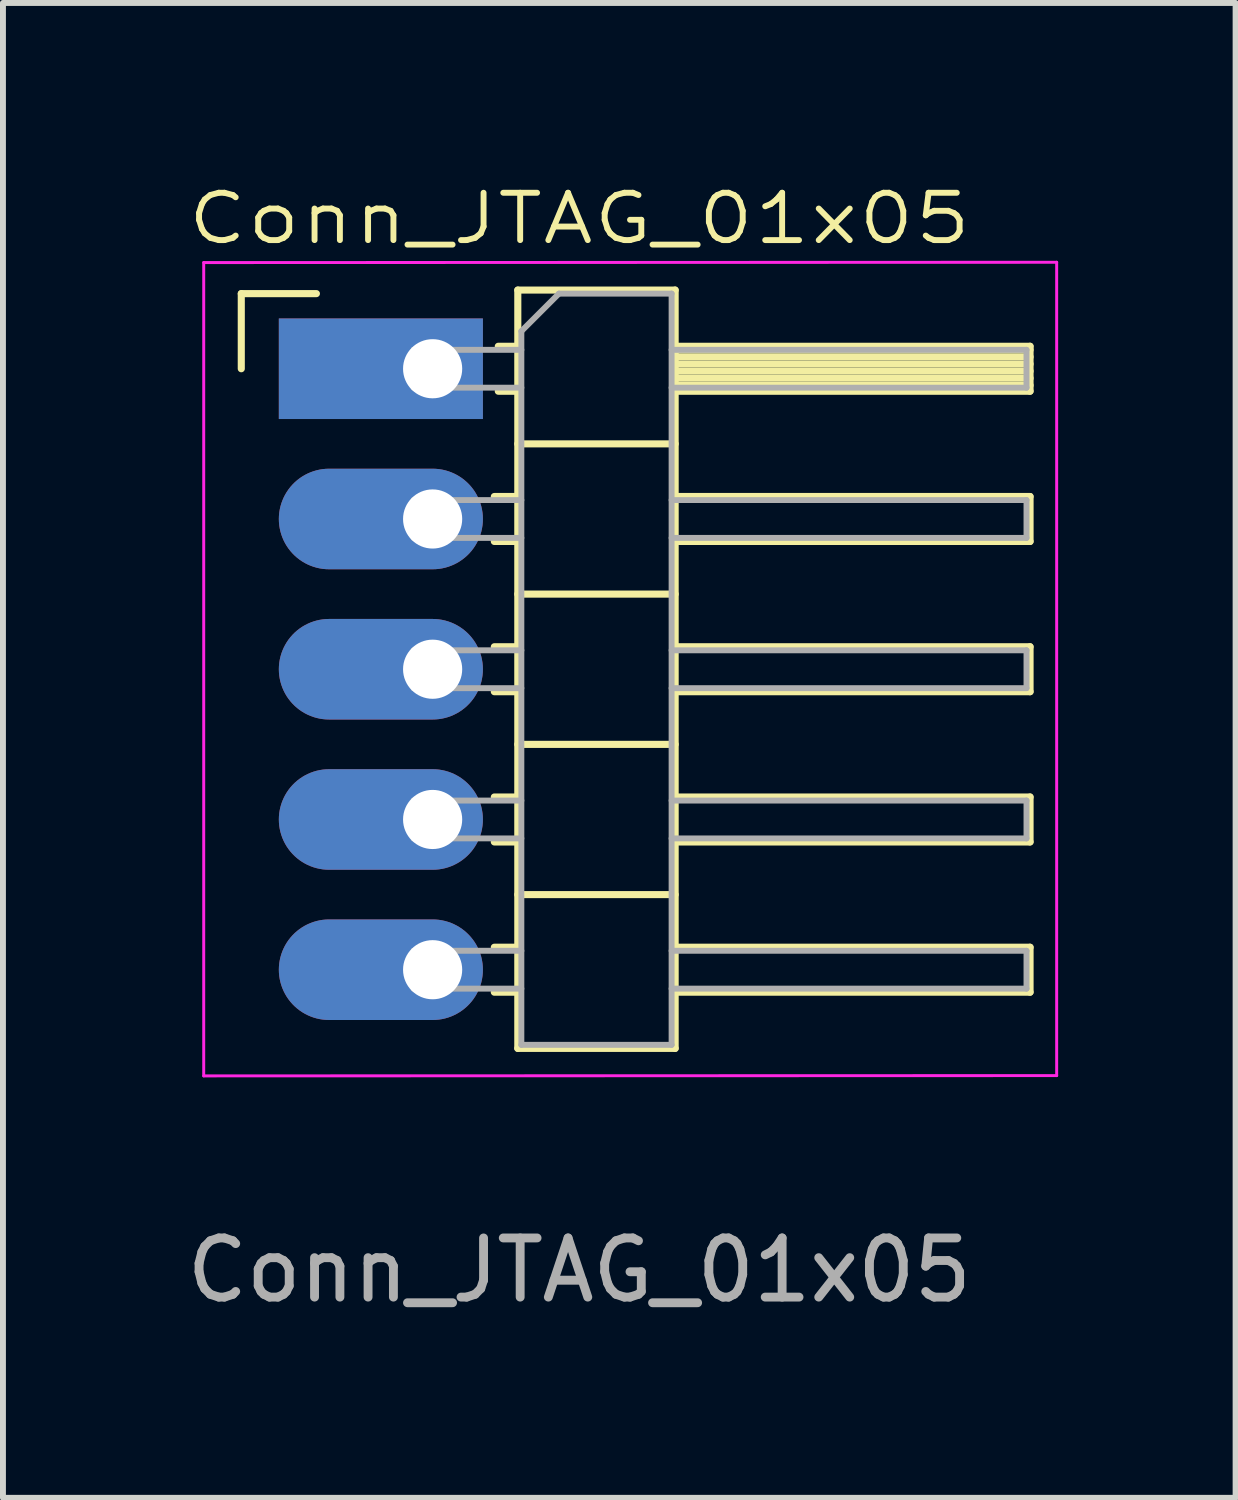
<source format=kicad_pcb>
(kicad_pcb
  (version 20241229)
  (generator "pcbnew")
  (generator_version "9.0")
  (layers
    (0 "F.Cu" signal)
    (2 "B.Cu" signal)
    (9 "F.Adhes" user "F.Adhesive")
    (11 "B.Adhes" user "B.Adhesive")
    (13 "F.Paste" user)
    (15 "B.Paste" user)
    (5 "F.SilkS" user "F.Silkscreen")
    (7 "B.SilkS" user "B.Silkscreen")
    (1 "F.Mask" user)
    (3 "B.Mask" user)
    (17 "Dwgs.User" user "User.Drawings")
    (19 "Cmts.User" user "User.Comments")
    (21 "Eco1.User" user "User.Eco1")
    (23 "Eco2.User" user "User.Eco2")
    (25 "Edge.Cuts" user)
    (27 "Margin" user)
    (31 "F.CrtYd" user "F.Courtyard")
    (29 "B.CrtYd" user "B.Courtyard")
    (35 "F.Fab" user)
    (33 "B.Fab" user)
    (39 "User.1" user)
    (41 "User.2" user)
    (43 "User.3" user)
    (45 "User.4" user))
  (footprint "Conn_JTAG_01x05"
    (layer "F.Cu")
    (at 6.744 8.264)
    (property "Reference" "Conn_JTAG_01x05" (at 0 -7.62 0) (unlocked yes) (layer "F.SilkS") (effects (font (size 0.8 1) (thickness 0.1))))
    (attr through_hole)
    (fp_line (start -5.715 -6.35) (end -4.445 -6.35) (stroke (width 0.12) (type solid)) (layer "F.SilkS"))
    (fp_line (start -5.715 -5.08) (end -5.715 -6.35) (stroke (width 0.12) (type solid)) (layer "F.SilkS"))
    (fp_line (start -1.437 -2.92) (end -1.04 -2.92) (stroke (width 0.12) (type solid)) (layer "F.SilkS"))
    (fp_line (start -1.437 -2.16) (end -1.04 -2.16) (stroke (width 0.12) (type solid)) (layer "F.SilkS"))
    (fp_line (start -1.437 -0.38) (end -1.04 -0.38) (stroke (width 0.12) (type solid)) (layer "F.SilkS"))
    (fp_line (start -1.437 0.38) (end -1.04 0.38) (stroke (width 0.12) (type solid)) (layer "F.SilkS"))
    (fp_line (start -1.437 2.16) (end -1.04 2.16) (stroke (width 0.12) (type solid)) (layer "F.SilkS"))
    (fp_line (start -1.437 2.92) (end -1.04 2.92) (stroke (width 0.12) (type solid)) (layer "F.SilkS"))
    (fp_line (start -1.437 4.7) (end -1.04 4.7) (stroke (width 0.12) (type solid)) (layer "F.SilkS"))
    (fp_line (start -1.437 5.46) (end -1.04 5.46) (stroke (width 0.12) (type solid)) (layer "F.SilkS"))
    (fp_line (start -1.37 -5.46) (end -1.04 -5.46) (stroke (width 0.12) (type solid)) (layer "F.SilkS"))
    (fp_line (start -1.37 -4.7) (end -1.04 -4.7) (stroke (width 0.12) (type solid)) (layer "F.SilkS"))
    (fp_line (start -1.04 -6.41) (end -1.04 6.41) (stroke (width 0.12) (type solid)) (layer "F.SilkS"))
    (fp_line (start -1.04 -3.81) (end 1.62 -3.81) (stroke (width 0.12) (type solid)) (layer "F.SilkS"))
    (fp_line (start -1.04 -1.27) (end 1.62 -1.27) (stroke (width 0.12) (type solid)) (layer "F.SilkS"))
    (fp_line (start -1.04 1.27) (end 1.62 1.27) (stroke (width 0.12) (type solid)) (layer "F.SilkS"))
    (fp_line (start -1.04 3.81) (end 1.62 3.81) (stroke (width 0.12) (type solid)) (layer "F.SilkS"))
    (fp_line (start -1.04 6.41) (end 1.62 6.41) (stroke (width 0.12) (type solid)) (layer "F.SilkS"))
    (fp_line (start 1.62 -6.41) (end -1.04 -6.41) (stroke (width 0.12) (type solid)) (layer "F.SilkS"))
    (fp_line (start 1.62 -5.46) (end 7.62 -5.46) (stroke (width 0.12) (type solid)) (layer "F.SilkS"))
    (fp_line (start 1.62 -5.4) (end 7.62 -5.4) (stroke (width 0.12) (type solid)) (layer "F.SilkS"))
    (fp_line (start 1.62 -5.28) (end 7.62 -5.28) (stroke (width 0.12) (type solid)) (layer "F.SilkS"))
    (fp_line (start 1.62 -5.16) (end 7.62 -5.16) (stroke (width 0.12) (type solid)) (layer "F.SilkS"))
    (fp_line (start 1.62 -5.04) (end 7.62 -5.04) (stroke (width 0.12) (type solid)) (layer "F.SilkS"))
    (fp_line (start 1.62 -4.92) (end 7.62 -4.92) (stroke (width 0.12) (type solid)) (layer "F.SilkS"))
    (fp_line (start 1.62 -4.8) (end 7.62 -4.8) (stroke (width 0.12) (type solid)) (layer "F.SilkS"))
    (fp_line (start 1.62 -2.92) (end 7.62 -2.92) (stroke (width 0.12) (type solid)) (layer "F.SilkS"))
    (fp_line (start 1.62 -0.38) (end 7.62 -0.38) (stroke (width 0.12) (type solid)) (layer "F.SilkS"))
    (fp_line (start 1.62 2.16) (end 7.62 2.16) (stroke (width 0.12) (type solid)) (layer "F.SilkS"))
    (fp_line (start 1.62 4.7) (end 7.62 4.7) (stroke (width 0.12) (type solid)) (layer "F.SilkS"))
    (fp_line (start 1.62 6.41) (end 1.62 -6.41) (stroke (width 0.12) (type solid)) (layer "F.SilkS"))
    (fp_line (start 7.62 -5.46) (end 7.62 -4.7) (stroke (width 0.12) (type solid)) (layer "F.SilkS"))
    (fp_line (start 7.62 -4.7) (end 1.62 -4.7) (stroke (width 0.12) (type solid)) (layer "F.SilkS"))
    (fp_line (start 7.62 -2.92) (end 7.62 -2.16) (stroke (width 0.12) (type solid)) (layer "F.SilkS"))
    (fp_line (start 7.62 -2.16) (end 1.62 -2.16) (stroke (width 0.12) (type solid)) (layer "F.SilkS"))
    (fp_line (start 7.62 -0.38) (end 7.62 0.38) (stroke (width 0.12) (type solid)) (layer "F.SilkS"))
    (fp_line (start 7.62 0.38) (end 1.62 0.38) (stroke (width 0.12) (type solid)) (layer "F.SilkS"))
    (fp_line (start 7.62 2.16) (end 7.62 2.92) (stroke (width 0.12) (type solid)) (layer "F.SilkS"))
    (fp_line (start 7.62 2.92) (end 1.62 2.92) (stroke (width 0.12) (type solid)) (layer "F.SilkS"))
    (fp_line (start 7.62 4.7) (end 7.62 5.46) (stroke (width 0.12) (type solid)) (layer "F.SilkS"))
    (fp_line (start 7.62 5.46) (end 1.62 5.46) (stroke (width 0.12) (type solid)) (layer "F.SilkS"))
    (fp_line (start -6.35 -6.875) (end -6.35 6.875) (stroke (width 0.05) (type solid)) (layer "F.CrtYd"))
    (fp_line (start -6.35 6.875) (end 8.07 6.87) (stroke (width 0.05) (type solid)) (layer "F.CrtYd"))
    (fp_line (start 8.07 -6.88) (end -6.35 -6.875) (stroke (width 0.05) (type solid)) (layer "F.CrtYd"))
    (fp_line (start 8.07 6.87) (end 8.07 -6.88) (stroke (width 0.05) (type solid)) (layer "F.CrtYd"))
    (fp_line (start -2.8 -5.4) (end -2.8 -4.76) (stroke (width 0.1) (type solid)) (layer "F.Fab"))
    (fp_line (start -2.8 -5.4) (end -0.98 -5.4) (stroke (width 0.1) (type solid)) (layer "F.Fab"))
    (fp_line (start -2.8 -4.76) (end -0.98 -4.76) (stroke (width 0.1) (type solid)) (layer "F.Fab"))
    (fp_line (start -2.8 -2.86) (end -2.8 -2.22) (stroke (width 0.1) (type solid)) (layer "F.Fab"))
    (fp_line (start -2.8 -2.86) (end -0.98 -2.86) (stroke (width 0.1) (type solid)) (layer "F.Fab"))
    (fp_line (start -2.8 -2.22) (end -0.98 -2.22) (stroke (width 0.1) (type solid)) (layer "F.Fab"))
    (fp_line (start -2.8 -0.32) (end -2.8 0.32) (stroke (width 0.1) (type solid)) (layer "F.Fab"))
    (fp_line (start -2.8 -0.32) (end -0.98 -0.32) (stroke (width 0.1) (type solid)) (layer "F.Fab"))
    (fp_line (start -2.8 0.32) (end -0.98 0.32) (stroke (width 0.1) (type solid)) (layer "F.Fab"))
    (fp_line (start -2.8 2.22) (end -2.8 2.86) (stroke (width 0.1) (type solid)) (layer "F.Fab"))
    (fp_line (start -2.8 2.22) (end -0.98 2.22) (stroke (width 0.1) (type solid)) (layer "F.Fab"))
    (fp_line (start -2.8 2.86) (end -0.98 2.86) (stroke (width 0.1) (type solid)) (layer "F.Fab"))
    (fp_line (start -2.8 4.76) (end -2.8 5.4) (stroke (width 0.1) (type solid)) (layer "F.Fab"))
    (fp_line (start -2.8 4.76) (end -0.98 4.76) (stroke (width 0.1) (type solid)) (layer "F.Fab"))
    (fp_line (start -2.8 5.4) (end -0.98 5.4) (stroke (width 0.1) (type solid)) (layer "F.Fab"))
    (fp_line (start -0.98 -5.715) (end -0.345 -6.35) (stroke (width 0.1) (type solid)) (layer "F.Fab"))
    (fp_line (start -0.98 6.35) (end -0.98 -5.715) (stroke (width 0.1) (type solid)) (layer "F.Fab"))
    (fp_line (start -0.345 -6.35) (end 1.56 -6.35) (stroke (width 0.1) (type solid)) (layer "F.Fab"))
    (fp_line (start 1.56 -6.35) (end 1.56 6.35) (stroke (width 0.1) (type solid)) (layer "F.Fab"))
    (fp_line (start 1.56 -5.4) (end 7.56 -5.4) (stroke (width 0.1) (type solid)) (layer "F.Fab"))
    (fp_line (start 1.56 -4.76) (end 7.56 -4.76) (stroke (width 0.1) (type solid)) (layer "F.Fab"))
    (fp_line (start 1.56 -2.86) (end 7.56 -2.86) (stroke (width 0.1) (type solid)) (layer "F.Fab"))
    (fp_line (start 1.56 -2.22) (end 7.56 -2.22) (stroke (width 0.1) (type solid)) (layer "F.Fab"))
    (fp_line (start 1.56 -0.32) (end 7.56 -0.32) (stroke (width 0.1) (type solid)) (layer "F.Fab"))
    (fp_line (start 1.56 0.32) (end 7.56 0.32) (stroke (width 0.1) (type solid)) (layer "F.Fab"))
    (fp_line (start 1.56 2.22) (end 7.56 2.22) (stroke (width 0.1) (type solid)) (layer "F.Fab"))
    (fp_line (start 1.56 2.86) (end 7.56 2.86) (stroke (width 0.1) (type solid)) (layer "F.Fab"))
    (fp_line (start 1.56 4.76) (end 7.56 4.76) (stroke (width 0.1) (type solid)) (layer "F.Fab"))
    (fp_line (start 1.56 5.4) (end 7.56 5.4) (stroke (width 0.1) (type solid)) (layer "F.Fab"))
    (fp_line (start 1.56 6.35) (end -0.98 6.35) (stroke (width 0.1) (type solid)) (layer "F.Fab"))
    (fp_line (start 7.56 -5.4) (end 7.56 -4.76) (stroke (width 0.1) (type solid)) (layer "F.Fab"))
    (fp_line (start 7.56 -2.86) (end 7.56 -2.22) (stroke (width 0.1) (type solid)) (layer "F.Fab"))
    (fp_line (start 7.56 -0.32) (end 7.56 0.32) (stroke (width 0.1) (type solid)) (layer "F.Fab"))
    (fp_line (start 7.56 2.22) (end 7.56 2.86) (stroke (width 0.1) (type solid)) (layer "F.Fab"))
    (fp_line (start 7.56 4.76) (end 7.56 5.4) (stroke (width 0.1) (type solid)) (layer "F.Fab"))
    (fp_text user "${REFERENCE}" (at 0 10.16 0) (unlocked yes) (layer "F.Fab") (effects (font (size 1 1) (thickness 0.15))))
    (pad "1" thru_hole rect (at -2.48 -5.08) (size 3.45 1.7) (drill 1 (offset -0.875 0)) (layers "*.Cu" "*.Mask"))
    (pad "2" thru_hole oval (at -2.48 -2.54) (size 3.45 1.7) (drill 1 (offset -0.875 0)) (layers "*.Cu" "*.Mask"))
    (pad "3" thru_hole oval (at -2.48 0) (size 3.45 1.7) (drill 1 (offset -0.875 0)) (layers "*.Cu" "*.Mask"))
    (pad "4" thru_hole oval (at -2.48 2.54) (size 3.45 1.7) (drill 1 (offset -0.875 0)) (layers "*.Cu" "*.Mask"))
    (pad "5" thru_hole oval (at -2.48 5.08) (size 3.45 1.7) (drill 1 (offset -0.875 0)) (layers "*.Cu" "*.Mask")))
  (gr_rect
    (start -3 -3)
    (end 17.839 22.272)
    (stroke (width 0.1) (type default))
    (fill no)
    (layer "Edge.Cuts")))
</source>
